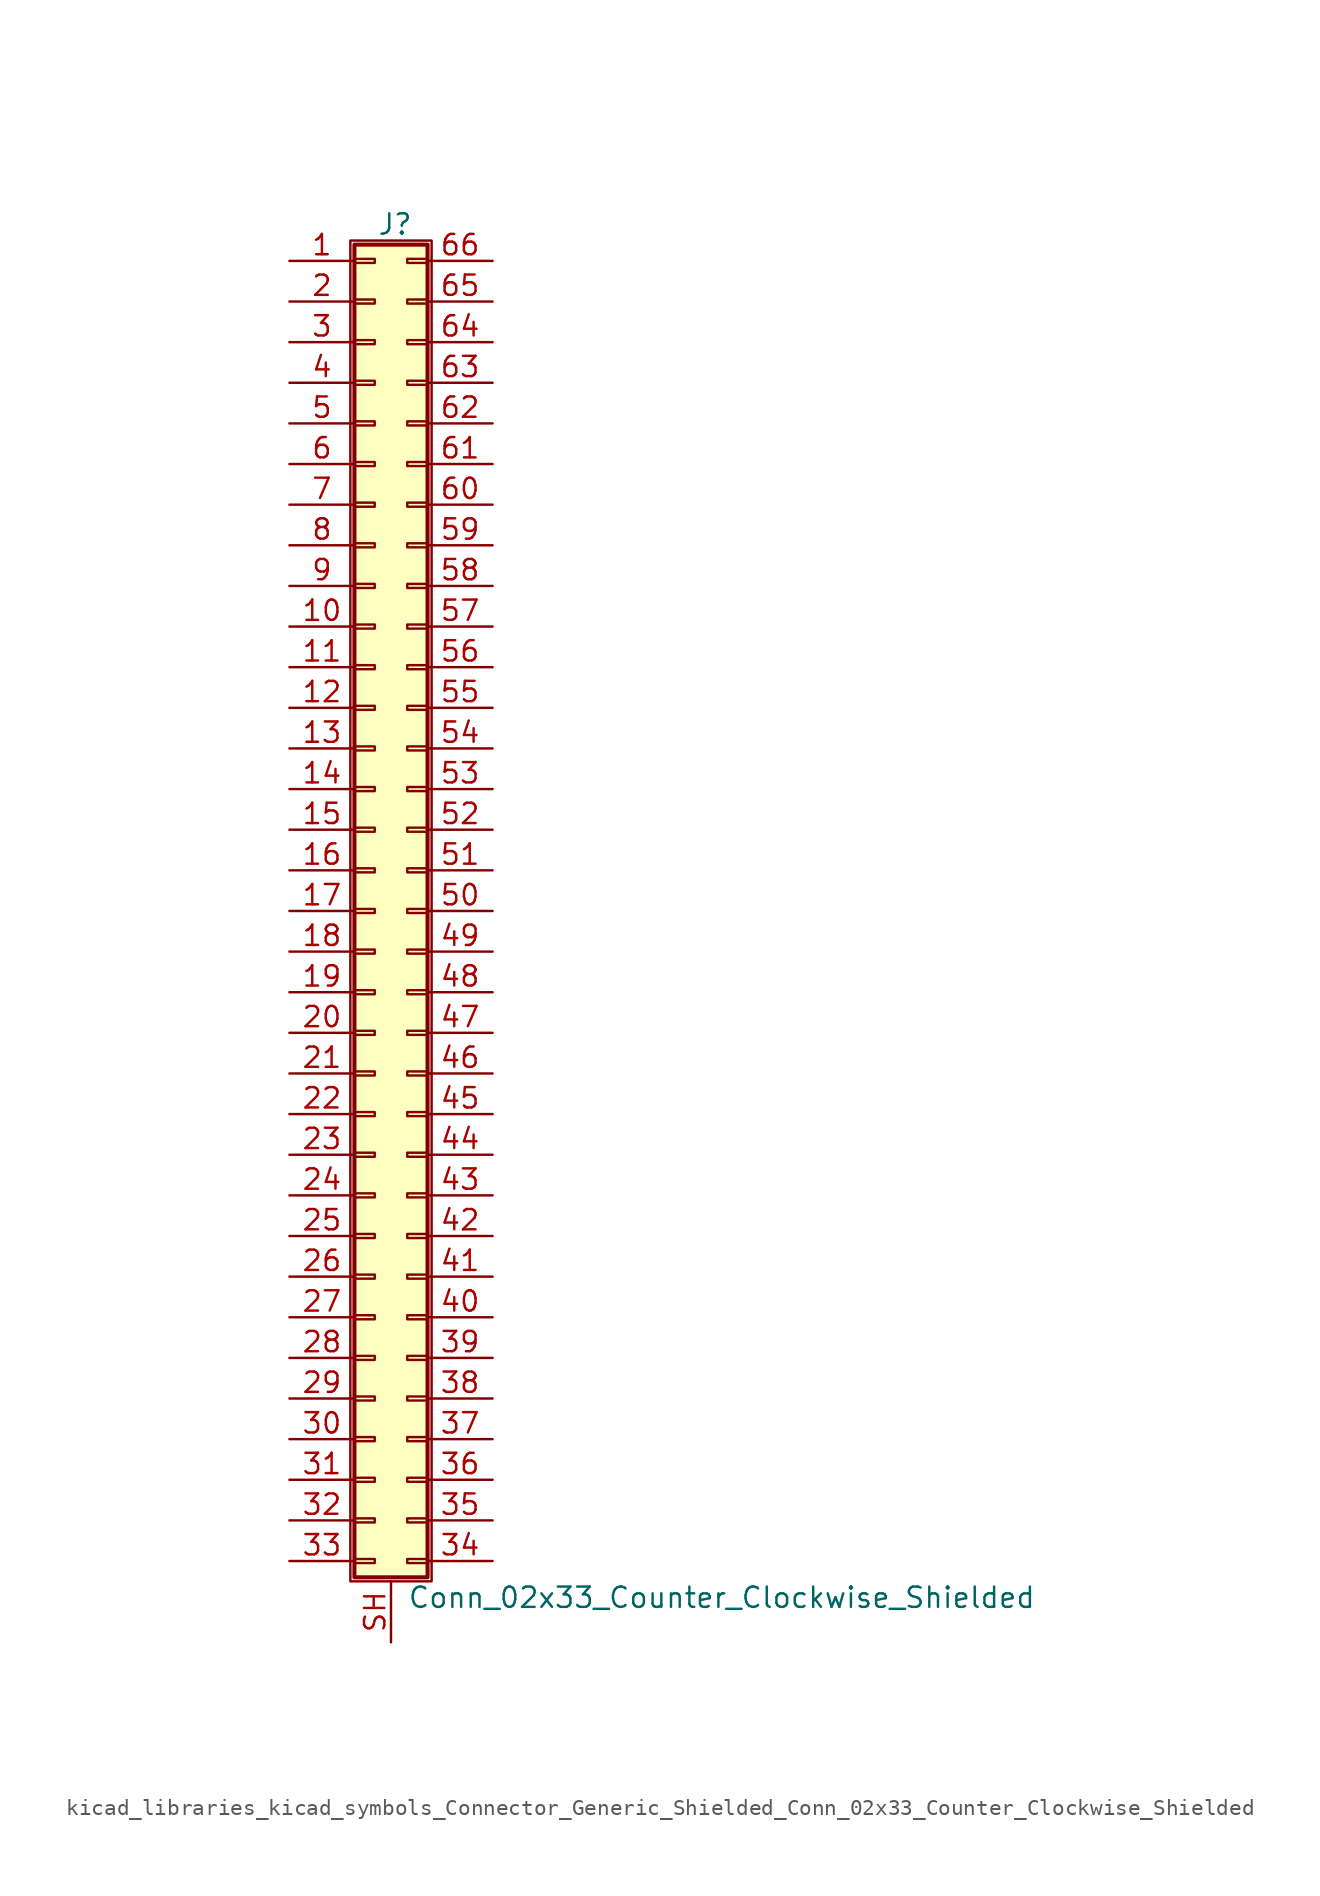
<source format=kicad_sym>
(kicad_symbol_lib
  (version 20220914)
  (generator kicad_symbol_editor)
  (symbol "kicad_libraries_kicad_symbols_Connector_Generic_Shielded_Conn_02x33_Counter_Clockwise_Shielded"
    (pin_names
      (offset 1.016) hide)
    (property "Reference" "J"
      (at 1.524 42.926 0)
      (effects (font (size 1.27 1.27))))
    (property "Value" "Conn_02x33_Counter_Clockwise_Shielded"
      (at 2.286 -42.926 0)
      (effects (font (size 1.27 1.27)) (justify left)))
    (symbol "kicad_libraries_kicad_symbols_Connector_Generic_Shielded_Conn_02x33_Counter_Clockwise_Shielded_1_1"
      (rectangle (start -1.27 41.91) (end 3.81 -41.91) (stroke (width 0.152) (type default)) (fill (type none)))
      (rectangle (start -1.016 -40.513) (end 0.254 -40.767) (stroke (width 0.152) (type default)) (fill (type none)))
      (rectangle (start -1.016 -37.973) (end 0.254 -38.227) (stroke (width 0.152) (type default)) (fill (type none)))
      (rectangle (start -1.016 -35.433) (end 0.254 -35.687) (stroke (width 0.152) (type default)) (fill (type none)))
      (rectangle (start -1.016 -32.893) (end 0.254 -33.147) (stroke (width 0.152) (type default)) (fill (type none)))
      (rectangle (start -1.016 -30.353) (end 0.254 -30.607) (stroke (width 0.152) (type default)) (fill (type none)))
      (rectangle (start -1.016 -27.813) (end 0.254 -28.067) (stroke (width 0.152) (type default)) (fill (type none)))
      (rectangle (start -1.016 -25.273) (end 0.254 -25.527) (stroke (width 0.152) (type default)) (fill (type none)))
      (rectangle (start -1.016 -22.733) (end 0.254 -22.987) (stroke (width 0.152) (type default)) (fill (type none)))
      (rectangle (start -1.016 -20.193) (end 0.254 -20.447) (stroke (width 0.152) (type default)) (fill (type none)))
      (rectangle (start -1.016 -17.653) (end 0.254 -17.907) (stroke (width 0.152) (type default)) (fill (type none)))
      (rectangle (start -1.016 -15.113) (end 0.254 -15.367) (stroke (width 0.152) (type default)) (fill (type none)))
      (rectangle (start -1.016 -12.573) (end 0.254 -12.827) (stroke (width 0.152) (type default)) (fill (type none)))
      (rectangle (start -1.016 -10.033) (end 0.254 -10.287) (stroke (width 0.152) (type default)) (fill (type none)))
      (rectangle (start -1.016 -7.493) (end 0.254 -7.747) (stroke (width 0.152) (type default)) (fill (type none)))
      (rectangle (start -1.016 -4.953) (end 0.254 -5.207) (stroke (width 0.152) (type default)) (fill (type none)))
      (rectangle (start -1.016 -2.413) (end 0.254 -2.667) (stroke (width 0.152) (type default)) (fill (type none)))
      (rectangle (start -1.016 0.127) (end 0.254 -0.127) (stroke (width 0.152) (type default)) (fill (type none)))
      (rectangle (start -1.016 2.667) (end 0.254 2.413) (stroke (width 0.152) (type default)) (fill (type none)))
      (rectangle (start -1.016 5.207) (end 0.254 4.953) (stroke (width 0.152) (type default)) (fill (type none)))
      (rectangle (start -1.016 7.747) (end 0.254 7.493) (stroke (width 0.152) (type default)) (fill (type none)))
      (rectangle (start -1.016 10.287) (end 0.254 10.033) (stroke (width 0.152) (type default)) (fill (type none)))
      (rectangle (start -1.016 12.827) (end 0.254 12.573) (stroke (width 0.152) (type default)) (fill (type none)))
      (rectangle (start -1.016 15.367) (end 0.254 15.113) (stroke (width 0.152) (type default)) (fill (type none)))
      (rectangle (start -1.016 17.907) (end 0.254 17.653) (stroke (width 0.152) (type default)) (fill (type none)))
      (rectangle (start -1.016 20.447) (end 0.254 20.193) (stroke (width 0.152) (type default)) (fill (type none)))
      (rectangle (start -1.016 22.987) (end 0.254 22.733) (stroke (width 0.152) (type default)) (fill (type none)))
      (rectangle (start -1.016 25.527) (end 0.254 25.273) (stroke (width 0.152) (type default)) (fill (type none)))
      (rectangle (start -1.016 28.067) (end 0.254 27.813) (stroke (width 0.152) (type default)) (fill (type none)))
      (rectangle (start -1.016 30.607) (end 0.254 30.353) (stroke (width 0.152) (type default)) (fill (type none)))
      (rectangle (start -1.016 33.147) (end 0.254 32.893) (stroke (width 0.152) (type default)) (fill (type none)))
      (rectangle (start -1.016 35.687) (end 0.254 35.433) (stroke (width 0.152) (type default)) (fill (type none)))
      (rectangle (start -1.016 38.227) (end 0.254 37.973) (stroke (width 0.152) (type default)) (fill (type none)))
      (rectangle (start -1.016 40.767) (end 0.254 40.513) (stroke (width 0.152) (type default)) (fill (type none)))
      (rectangle (start -1.016 41.656) (end 3.556 -41.656) (stroke (width 0.254) (type default)) (fill (type background)))
      (rectangle (start 3.556 -40.513) (end 2.286 -40.767) (stroke (width 0.152) (type default)) (fill (type none)))
      (rectangle (start 3.556 -37.973) (end 2.286 -38.227) (stroke (width 0.152) (type default)) (fill (type none)))
      (rectangle (start 3.556 -35.433) (end 2.286 -35.687) (stroke (width 0.152) (type default)) (fill (type none)))
      (rectangle (start 3.556 -32.893) (end 2.286 -33.147) (stroke (width 0.152) (type default)) (fill (type none)))
      (rectangle (start 3.556 -30.353) (end 2.286 -30.607) (stroke (width 0.152) (type default)) (fill (type none)))
      (rectangle (start 3.556 -27.813) (end 2.286 -28.067) (stroke (width 0.152) (type default)) (fill (type none)))
      (rectangle (start 3.556 -25.273) (end 2.286 -25.527) (stroke (width 0.152) (type default)) (fill (type none)))
      (rectangle (start 3.556 -22.733) (end 2.286 -22.987) (stroke (width 0.152) (type default)) (fill (type none)))
      (rectangle (start 3.556 -20.193) (end 2.286 -20.447) (stroke (width 0.152) (type default)) (fill (type none)))
      (rectangle (start 3.556 -17.653) (end 2.286 -17.907) (stroke (width 0.152) (type default)) (fill (type none)))
      (rectangle (start 3.556 -15.113) (end 2.286 -15.367) (stroke (width 0.152) (type default)) (fill (type none)))
      (rectangle (start 3.556 -12.573) (end 2.286 -12.827) (stroke (width 0.152) (type default)) (fill (type none)))
      (rectangle (start 3.556 -10.033) (end 2.286 -10.287) (stroke (width 0.152) (type default)) (fill (type none)))
      (rectangle (start 3.556 -7.493) (end 2.286 -7.747) (stroke (width 0.152) (type default)) (fill (type none)))
      (rectangle (start 3.556 -4.953) (end 2.286 -5.207) (stroke (width 0.152) (type default)) (fill (type none)))
      (rectangle (start 3.556 -2.413) (end 2.286 -2.667) (stroke (width 0.152) (type default)) (fill (type none)))
      (rectangle (start 3.556 0.127) (end 2.286 -0.127) (stroke (width 0.152) (type default)) (fill (type none)))
      (rectangle (start 3.556 2.667) (end 2.286 2.413) (stroke (width 0.152) (type default)) (fill (type none)))
      (rectangle (start 3.556 5.207) (end 2.286 4.953) (stroke (width 0.152) (type default)) (fill (type none)))
      (rectangle (start 3.556 7.747) (end 2.286 7.493) (stroke (width 0.152) (type default)) (fill (type none)))
      (rectangle (start 3.556 10.287) (end 2.286 10.033) (stroke (width 0.152) (type default)) (fill (type none)))
      (rectangle (start 3.556 12.827) (end 2.286 12.573) (stroke (width 0.152) (type default)) (fill (type none)))
      (rectangle (start 3.556 15.367) (end 2.286 15.113) (stroke (width 0.152) (type default)) (fill (type none)))
      (rectangle (start 3.556 17.907) (end 2.286 17.653) (stroke (width 0.152) (type default)) (fill (type none)))
      (rectangle (start 3.556 20.447) (end 2.286 20.193) (stroke (width 0.152) (type default)) (fill (type none)))
      (rectangle (start 3.556 22.987) (end 2.286 22.733) (stroke (width 0.152) (type default)) (fill (type none)))
      (rectangle (start 3.556 25.527) (end 2.286 25.273) (stroke (width 0.152) (type default)) (fill (type none)))
      (rectangle (start 3.556 28.067) (end 2.286 27.813) (stroke (width 0.152) (type default)) (fill (type none)))
      (rectangle (start 3.556 30.607) (end 2.286 30.353) (stroke (width 0.152) (type default)) (fill (type none)))
      (rectangle (start 3.556 33.147) (end 2.286 32.893) (stroke (width 0.152) (type default)) (fill (type none)))
      (rectangle (start 3.556 35.687) (end 2.286 35.433) (stroke (width 0.152) (type default)) (fill (type none)))
      (rectangle (start 3.556 38.227) (end 2.286 37.973) (stroke (width 0.152) (type default)) (fill (type none)))
      (rectangle (start 3.556 40.767) (end 2.286 40.513) (stroke (width 0.152) (type default)) (fill (type none)))
      (pin passive line (at -5.08 40.64 0) (length 4.064) (name "Pin_1" (effects (font (size 1.27 1.27)))) (number "1" (effects (font (size 1.27 1.27)))))
      (pin passive line (at -5.08 17.78 0) (length 4.064) (name "Pin_10" (effects (font (size 1.27 1.27)))) (number "10" (effects (font (size 1.27 1.27)))))
      (pin passive line (at -5.08 15.24 0) (length 4.064) (name "Pin_11" (effects (font (size 1.27 1.27)))) (number "11" (effects (font (size 1.27 1.27)))))
      (pin passive line (at -5.08 12.7 0) (length 4.064) (name "Pin_12" (effects (font (size 1.27 1.27)))) (number "12" (effects (font (size 1.27 1.27)))))
      (pin passive line (at -5.08 10.16 0) (length 4.064) (name "Pin_13" (effects (font (size 1.27 1.27)))) (number "13" (effects (font (size 1.27 1.27)))))
      (pin passive line (at -5.08 7.62 0) (length 4.064) (name "Pin_14" (effects (font (size 1.27 1.27)))) (number "14" (effects (font (size 1.27 1.27)))))
      (pin passive line (at -5.08 5.08 0) (length 4.064) (name "Pin_15" (effects (font (size 1.27 1.27)))) (number "15" (effects (font (size 1.27 1.27)))))
      (pin passive line (at -5.08 2.54 0) (length 4.064) (name "Pin_16" (effects (font (size 1.27 1.27)))) (number "16" (effects (font (size 1.27 1.27)))))
      (pin passive line (at -5.08 0 0) (length 4.064) (name "Pin_17" (effects (font (size 1.27 1.27)))) (number "17" (effects (font (size 1.27 1.27)))))
      (pin passive line (at -5.08 -2.54 0) (length 4.064) (name "Pin_18" (effects (font (size 1.27 1.27)))) (number "18" (effects (font (size 1.27 1.27)))))
      (pin passive line (at -5.08 -5.08 0) (length 4.064) (name "Pin_19" (effects (font (size 1.27 1.27)))) (number "19" (effects (font (size 1.27 1.27)))))
      (pin passive line (at -5.08 38.1 0) (length 4.064) (name "Pin_2" (effects (font (size 1.27 1.27)))) (number "2" (effects (font (size 1.27 1.27)))))
      (pin passive line (at -5.08 -7.62 0) (length 4.064) (name "Pin_20" (effects (font (size 1.27 1.27)))) (number "20" (effects (font (size 1.27 1.27)))))
      (pin passive line (at -5.08 -10.16 0) (length 4.064) (name "Pin_21" (effects (font (size 1.27 1.27)))) (number "21" (effects (font (size 1.27 1.27)))))
      (pin passive line (at -5.08 -12.7 0) (length 4.064) (name "Pin_22" (effects (font (size 1.27 1.27)))) (number "22" (effects (font (size 1.27 1.27)))))
      (pin passive line (at -5.08 -15.24 0) (length 4.064) (name "Pin_23" (effects (font (size 1.27 1.27)))) (number "23" (effects (font (size 1.27 1.27)))))
      (pin passive line (at -5.08 -17.78 0) (length 4.064) (name "Pin_24" (effects (font (size 1.27 1.27)))) (number "24" (effects (font (size 1.27 1.27)))))
      (pin passive line (at -5.08 -20.32 0) (length 4.064) (name "Pin_25" (effects (font (size 1.27 1.27)))) (number "25" (effects (font (size 1.27 1.27)))))
      (pin passive line (at -5.08 -22.86 0) (length 4.064) (name "Pin_26" (effects (font (size 1.27 1.27)))) (number "26" (effects (font (size 1.27 1.27)))))
      (pin passive line (at -5.08 -25.4 0) (length 4.064) (name "Pin_27" (effects (font (size 1.27 1.27)))) (number "27" (effects (font (size 1.27 1.27)))))
      (pin passive line (at -5.08 -27.94 0) (length 4.064) (name "Pin_28" (effects (font (size 1.27 1.27)))) (number "28" (effects (font (size 1.27 1.27)))))
      (pin passive line (at -5.08 -30.48 0) (length 4.064) (name "Pin_29" (effects (font (size 1.27 1.27)))) (number "29" (effects (font (size 1.27 1.27)))))
      (pin passive line (at -5.08 35.56 0) (length 4.064) (name "Pin_3" (effects (font (size 1.27 1.27)))) (number "3" (effects (font (size 1.27 1.27)))))
      (pin passive line (at -5.08 -33.02 0) (length 4.064) (name "Pin_30" (effects (font (size 1.27 1.27)))) (number "30" (effects (font (size 1.27 1.27)))))
      (pin passive line (at -5.08 -35.56 0) (length 4.064) (name "Pin_31" (effects (font (size 1.27 1.27)))) (number "31" (effects (font (size 1.27 1.27)))))
      (pin passive line (at -5.08 -38.1 0) (length 4.064) (name "Pin_32" (effects (font (size 1.27 1.27)))) (number "32" (effects (font (size 1.27 1.27)))))
      (pin passive line (at -5.08 -40.64 0) (length 4.064) (name "Pin_33" (effects (font (size 1.27 1.27)))) (number "33" (effects (font (size 1.27 1.27)))))
      (pin passive line (at 7.62 -40.64 180) (length 4.064) (name "Pin_34" (effects (font (size 1.27 1.27)))) (number "34" (effects (font (size 1.27 1.27)))))
      (pin passive line (at 7.62 -38.1 180) (length 4.064) (name "Pin_35" (effects (font (size 1.27 1.27)))) (number "35" (effects (font (size 1.27 1.27)))))
      (pin passive line (at 7.62 -35.56 180) (length 4.064) (name "Pin_36" (effects (font (size 1.27 1.27)))) (number "36" (effects (font (size 1.27 1.27)))))
      (pin passive line (at 7.62 -33.02 180) (length 4.064) (name "Pin_37" (effects (font (size 1.27 1.27)))) (number "37" (effects (font (size 1.27 1.27)))))
      (pin passive line (at 7.62 -30.48 180) (length 4.064) (name "Pin_38" (effects (font (size 1.27 1.27)))) (number "38" (effects (font (size 1.27 1.27)))))
      (pin passive line (at 7.62 -27.94 180) (length 4.064) (name "Pin_39" (effects (font (size 1.27 1.27)))) (number "39" (effects (font (size 1.27 1.27)))))
      (pin passive line (at -5.08 33.02 0) (length 4.064) (name "Pin_4" (effects (font (size 1.27 1.27)))) (number "4" (effects (font (size 1.27 1.27)))))
      (pin passive line (at 7.62 -25.4 180) (length 4.064) (name "Pin_40" (effects (font (size 1.27 1.27)))) (number "40" (effects (font (size 1.27 1.27)))))
      (pin passive line (at 7.62 -22.86 180) (length 4.064) (name "Pin_41" (effects (font (size 1.27 1.27)))) (number "41" (effects (font (size 1.27 1.27)))))
      (pin passive line (at 7.62 -20.32 180) (length 4.064) (name "Pin_42" (effects (font (size 1.27 1.27)))) (number "42" (effects (font (size 1.27 1.27)))))
      (pin passive line (at 7.62 -17.78 180) (length 4.064) (name "Pin_43" (effects (font (size 1.27 1.27)))) (number "43" (effects (font (size 1.27 1.27)))))
      (pin passive line (at 7.62 -15.24 180) (length 4.064) (name "Pin_44" (effects (font (size 1.27 1.27)))) (number "44" (effects (font (size 1.27 1.27)))))
      (pin passive line (at 7.62 -12.7 180) (length 4.064) (name "Pin_45" (effects (font (size 1.27 1.27)))) (number "45" (effects (font (size 1.27 1.27)))))
      (pin passive line (at 7.62 -10.16 180) (length 4.064) (name "Pin_46" (effects (font (size 1.27 1.27)))) (number "46" (effects (font (size 1.27 1.27)))))
      (pin passive line (at 7.62 -7.62 180) (length 4.064) (name "Pin_47" (effects (font (size 1.27 1.27)))) (number "47" (effects (font (size 1.27 1.27)))))
      (pin passive line (at 7.62 -5.08 180) (length 4.064) (name "Pin_48" (effects (font (size 1.27 1.27)))) (number "48" (effects (font (size 1.27 1.27)))))
      (pin passive line (at 7.62 -2.54 180) (length 4.064) (name "Pin_49" (effects (font (size 1.27 1.27)))) (number "49" (effects (font (size 1.27 1.27)))))
      (pin passive line (at -5.08 30.48 0) (length 4.064) (name "Pin_5" (effects (font (size 1.27 1.27)))) (number "5" (effects (font (size 1.27 1.27)))))
      (pin passive line (at 7.62 0 180) (length 4.064) (name "Pin_50" (effects (font (size 1.27 1.27)))) (number "50" (effects (font (size 1.27 1.27)))))
      (pin passive line (at 7.62 2.54 180) (length 4.064) (name "Pin_51" (effects (font (size 1.27 1.27)))) (number "51" (effects (font (size 1.27 1.27)))))
      (pin passive line (at 7.62 5.08 180) (length 4.064) (name "Pin_52" (effects (font (size 1.27 1.27)))) (number "52" (effects (font (size 1.27 1.27)))))
      (pin passive line (at 7.62 7.62 180) (length 4.064) (name "Pin_53" (effects (font (size 1.27 1.27)))) (number "53" (effects (font (size 1.27 1.27)))))
      (pin passive line (at 7.62 10.16 180) (length 4.064) (name "Pin_54" (effects (font (size 1.27 1.27)))) (number "54" (effects (font (size 1.27 1.27)))))
      (pin passive line (at 7.62 12.7 180) (length 4.064) (name "Pin_55" (effects (font (size 1.27 1.27)))) (number "55" (effects (font (size 1.27 1.27)))))
      (pin passive line (at 7.62 15.24 180) (length 4.064) (name "Pin_56" (effects (font (size 1.27 1.27)))) (number "56" (effects (font (size 1.27 1.27)))))
      (pin passive line (at 7.62 17.78 180) (length 4.064) (name "Pin_57" (effects (font (size 1.27 1.27)))) (number "57" (effects (font (size 1.27 1.27)))))
      (pin passive line (at 7.62 20.32 180) (length 4.064) (name "Pin_58" (effects (font (size 1.27 1.27)))) (number "58" (effects (font (size 1.27 1.27)))))
      (pin passive line (at 7.62 22.86 180) (length 4.064) (name "Pin_59" (effects (font (size 1.27 1.27)))) (number "59" (effects (font (size 1.27 1.27)))))
      (pin passive line (at -5.08 27.94 0) (length 4.064) (name "Pin_6" (effects (font (size 1.27 1.27)))) (number "6" (effects (font (size 1.27 1.27)))))
      (pin passive line (at 7.62 25.4 180) (length 4.064) (name "Pin_60" (effects (font (size 1.27 1.27)))) (number "60" (effects (font (size 1.27 1.27)))))
      (pin passive line (at 7.62 27.94 180) (length 4.064) (name "Pin_61" (effects (font (size 1.27 1.27)))) (number "61" (effects (font (size 1.27 1.27)))))
      (pin passive line (at 7.62 30.48 180) (length 4.064) (name "Pin_62" (effects (font (size 1.27 1.27)))) (number "62" (effects (font (size 1.27 1.27)))))
      (pin passive line (at 7.62 33.02 180) (length 4.064) (name "Pin_63" (effects (font (size 1.27 1.27)))) (number "63" (effects (font (size 1.27 1.27)))))
      (pin passive line (at 7.62 35.56 180) (length 4.064) (name "Pin_64" (effects (font (size 1.27 1.27)))) (number "64" (effects (font (size 1.27 1.27)))))
      (pin passive line (at 7.62 38.1 180) (length 4.064) (name "Pin_65" (effects (font (size 1.27 1.27)))) (number "65" (effects (font (size 1.27 1.27)))))
      (pin passive line (at 7.62 40.64 180) (length 4.064) (name "Pin_66" (effects (font (size 1.27 1.27)))) (number "66" (effects (font (size 1.27 1.27)))))
      (pin passive line (at -5.08 25.4 0) (length 4.064) (name "Pin_7" (effects (font (size 1.27 1.27)))) (number "7" (effects (font (size 1.27 1.27)))))
      (pin passive line (at -5.08 22.86 0) (length 4.064) (name "Pin_8" (effects (font (size 1.27 1.27)))) (number "8" (effects (font (size 1.27 1.27)))))
      (pin passive line (at -5.08 20.32 0) (length 4.064) (name "Pin_9" (effects (font (size 1.27 1.27)))) (number "9" (effects (font (size 1.27 1.27)))))
      (pin passive line (at 1.27 -45.72 90) (length 3.81) (name "Shield" (effects (font (size 1.27 1.27)))) (number "SH" (effects (font (size 1.27 1.27))))))))
</source>
